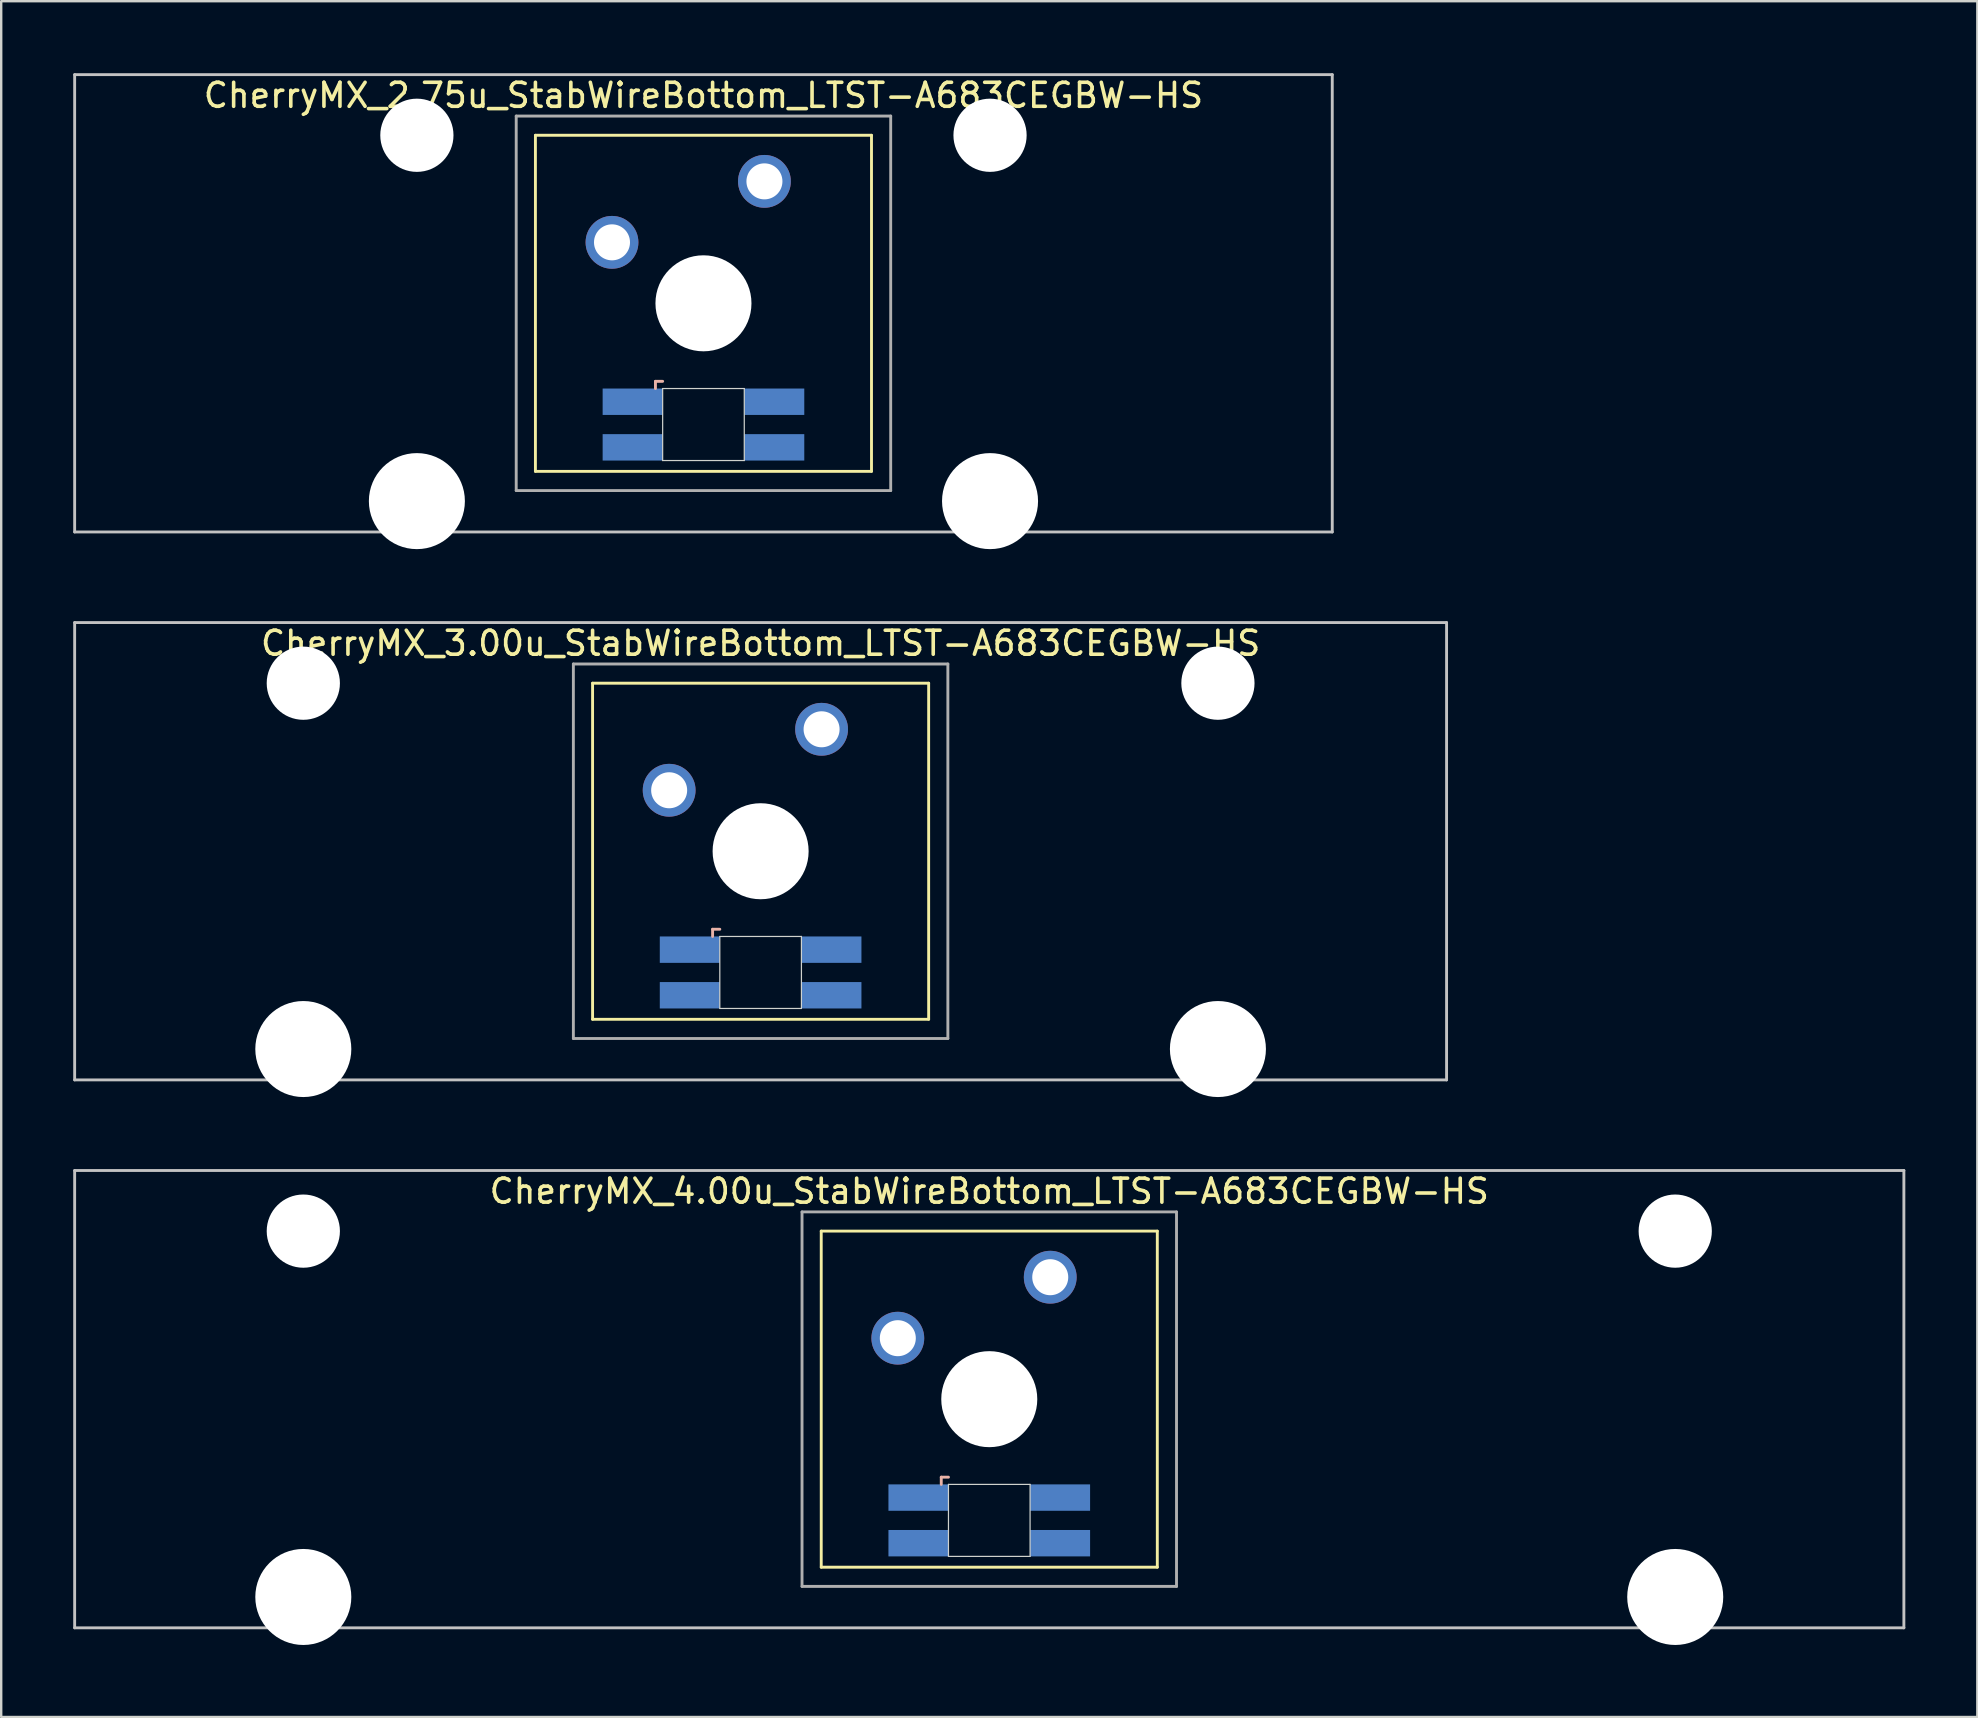
<source format=kicad_pcb>
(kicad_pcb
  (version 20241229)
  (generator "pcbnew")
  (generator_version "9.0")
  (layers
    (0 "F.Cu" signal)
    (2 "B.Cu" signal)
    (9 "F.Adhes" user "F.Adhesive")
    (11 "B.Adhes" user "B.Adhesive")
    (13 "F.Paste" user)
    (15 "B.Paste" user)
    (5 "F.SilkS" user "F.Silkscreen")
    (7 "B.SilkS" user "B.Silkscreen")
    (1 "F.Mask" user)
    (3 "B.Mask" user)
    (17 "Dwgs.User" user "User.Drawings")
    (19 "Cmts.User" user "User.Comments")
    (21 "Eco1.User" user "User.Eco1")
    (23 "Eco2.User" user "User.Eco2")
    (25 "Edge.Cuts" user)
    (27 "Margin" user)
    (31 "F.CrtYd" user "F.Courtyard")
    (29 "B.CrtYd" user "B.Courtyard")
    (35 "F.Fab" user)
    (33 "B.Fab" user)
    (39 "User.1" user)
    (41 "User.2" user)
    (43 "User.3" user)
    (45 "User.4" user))
  (footprint "CherryMX_3.00u_StabWireBottom_LTST-A683CEGBW-HS"
    (layer "F.Cu")
    (at 28.635 32.41)
    (property "Reference" "CherryMX_3.00u_StabWireBottom_LTST-A683CEGBW-HS" (at 0 -8.662 0) (layer "F.SilkS") (effects (font (size 1 1) (thickness 0.15))))
    (attr through_hole)
    (fp_line (start -7 -7) (end -7 7) (stroke (width 0.12) (type solid)) (layer "F.SilkS"))
    (fp_line (start -7 -7) (end 7 -7) (stroke (width 0.12) (type solid)) (layer "F.SilkS"))
    (fp_line (start 7 -7) (end 7 7) (stroke (width 0.12) (type solid)) (layer "F.SilkS"))
    (fp_line (start 7 7) (end -7 7) (stroke (width 0.12) (type solid)) (layer "F.SilkS"))
    (fp_line (start -2 3.25) (end -2 3.55) (stroke (width 0.12) (type solid)) (layer "B.SilkS"))
    (fp_line (start -1.7 3.25) (end -2 3.25) (stroke (width 0.12) (type solid)) (layer "B.SilkS"))
    (fp_line (start -28.575 -9.525) (end 28.575 -9.525) (stroke (width 0.12) (type solid)) (layer "Dwgs.User"))
    (fp_line (start -28.575 9.525) (end -28.575 -9.525) (stroke (width 0.12) (type solid)) (layer "Dwgs.User"))
    (fp_line (start 28.575 -9.525) (end 28.575 9.525) (stroke (width 0.12) (type solid)) (layer "Dwgs.User"))
    (fp_line (start 28.575 9.525) (end -28.575 9.525) (stroke (width 0.12) (type solid)) (layer "Dwgs.User"))
    (fp_line (start -1.7 3.55) (end 1.7 3.55) (stroke (width 0.05) (type solid)) (layer "Edge.Cuts"))
    (fp_line (start -1.7 6.55) (end -1.7 3.55) (stroke (width 0.05) (type solid)) (layer "Edge.Cuts"))
    (fp_line (start 1.7 3.55) (end 1.7 6.55) (stroke (width 0.05) (type solid)) (layer "Edge.Cuts"))
    (fp_line (start 1.7 6.55) (end -1.7 6.55) (stroke (width 0.05) (type solid)) (layer "Edge.Cuts"))
    (fp_line (start -7.8 -7.8) (end -7.8 7.8) (stroke (width 0.12) (type solid)) (layer "F.Fab"))
    (fp_line (start -7.8 -7.8) (end 7.8 -7.8) (stroke (width 0.12) (type solid)) (layer "F.Fab"))
    (fp_line (start -7.8 7.8) (end 7.8 7.8) (stroke (width 0.12) (type solid)) (layer "F.Fab"))
    (fp_line (start 7.8 -7.8) (end 7.8 7.8) (stroke (width 0.12) (type solid)) (layer "F.Fab"))
    (pad "" np_thru_hole circle (at -19.05 -7) (size 3.05 3.05) (drill 3.05) (layers "*.Cu" "*.Mask"))
    (pad "" np_thru_hole circle (at -19.05 8.24) (size 4 4) (drill 4) (layers "*.Cu" "*.Mask"))
    (pad "" np_thru_hole circle (at 0 0) (size 4 4) (drill 4) (layers "*.Cu" "*.Mask"))
    (pad "" np_thru_hole circle (at 19.05 -7) (size 3.05 3.05) (drill 3.05) (layers "*.Cu" "*.Mask"))
    (pad "" np_thru_hole circle (at 19.05 8.24) (size 4 4) (drill 4) (layers "*.Cu" "*.Mask"))
    (pad "1" thru_hole circle (at -3.81 -2.54) (size 2.2 2.2) (drill 1.5) (layers "*.Cu" "*.Mask"))
    (pad "2" thru_hole circle (at 2.54 -5.08) (size 2.2 2.2) (drill 1.5) (layers "*.Cu" "*.Mask"))
    (pad "3" smd rect (at -2.95 4.1) (size 2.5 1.1) (layers "B.Cu" "B.Mask" "B.Paste"))
    (pad "4" smd rect (at -2.95 6) (size 2.5 1.1) (layers "B.Cu" "B.Mask" "B.Paste"))
    (pad "5" smd rect (at 2.95 4.1) (size 2.5 1.1) (layers "B.Cu" "B.Mask" "B.Paste"))
    (pad "6" smd rect (at 2.95 6) (size 2.5 1.1) (layers "B.Cu" "B.Mask" "B.Paste")))
  (footprint "CherryMX_4.00u_StabWireBottom_LTST-A683CEGBW-HS"
    (layer "F.Cu")
    (at 38.16 55.235)
    (property "Reference" "CherryMX_4.00u_StabWireBottom_LTST-A683CEGBW-HS" (at 0 -8.662 0) (layer "F.SilkS") (effects (font (size 1 1) (thickness 0.15))))
    (attr through_hole)
    (fp_line (start -7 -7) (end -7 7) (stroke (width 0.12) (type solid)) (layer "F.SilkS"))
    (fp_line (start -7 -7) (end 7 -7) (stroke (width 0.12) (type solid)) (layer "F.SilkS"))
    (fp_line (start 7 -7) (end 7 7) (stroke (width 0.12) (type solid)) (layer "F.SilkS"))
    (fp_line (start 7 7) (end -7 7) (stroke (width 0.12) (type solid)) (layer "F.SilkS"))
    (fp_line (start -2 3.25) (end -2 3.55) (stroke (width 0.12) (type solid)) (layer "B.SilkS"))
    (fp_line (start -1.7 3.25) (end -2 3.25) (stroke (width 0.12) (type solid)) (layer "B.SilkS"))
    (fp_line (start -38.1 -9.525) (end 38.1 -9.525) (stroke (width 0.12) (type solid)) (layer "Dwgs.User"))
    (fp_line (start -38.1 9.525) (end -38.1 -9.525) (stroke (width 0.12) (type solid)) (layer "Dwgs.User"))
    (fp_line (start 38.1 -9.525) (end 38.1 9.525) (stroke (width 0.12) (type solid)) (layer "Dwgs.User"))
    (fp_line (start 38.1 9.525) (end -38.1 9.525) (stroke (width 0.12) (type solid)) (layer "Dwgs.User"))
    (fp_line (start -1.7 3.55) (end 1.7 3.55) (stroke (width 0.05) (type solid)) (layer "Edge.Cuts"))
    (fp_line (start -1.7 6.55) (end -1.7 3.55) (stroke (width 0.05) (type solid)) (layer "Edge.Cuts"))
    (fp_line (start 1.7 3.55) (end 1.7 6.55) (stroke (width 0.05) (type solid)) (layer "Edge.Cuts"))
    (fp_line (start 1.7 6.55) (end -1.7 6.55) (stroke (width 0.05) (type solid)) (layer "Edge.Cuts"))
    (fp_line (start -7.8 -7.8) (end -7.8 7.8) (stroke (width 0.12) (type solid)) (layer "F.Fab"))
    (fp_line (start -7.8 -7.8) (end 7.8 -7.8) (stroke (width 0.12) (type solid)) (layer "F.Fab"))
    (fp_line (start -7.8 7.8) (end 7.8 7.8) (stroke (width 0.12) (type solid)) (layer "F.Fab"))
    (fp_line (start 7.8 -7.8) (end 7.8 7.8) (stroke (width 0.12) (type solid)) (layer "F.Fab"))
    (pad "" np_thru_hole circle (at -28.575 -7) (size 3.05 3.05) (drill 3.05) (layers "*.Cu" "*.Mask"))
    (pad "" np_thru_hole circle (at -28.575 8.24) (size 4 4) (drill 4) (layers "*.Cu" "*.Mask"))
    (pad "" np_thru_hole circle (at 0 0) (size 4 4) (drill 4) (layers "*.Cu" "*.Mask"))
    (pad "" np_thru_hole circle (at 28.575 -7) (size 3.05 3.05) (drill 3.05) (layers "*.Cu" "*.Mask"))
    (pad "" np_thru_hole circle (at 28.575 8.24) (size 4 4) (drill 4) (layers "*.Cu" "*.Mask"))
    (pad "1" thru_hole circle (at -3.81 -2.54) (size 2.2 2.2) (drill 1.5) (layers "*.Cu" "*.Mask"))
    (pad "2" thru_hole circle (at 2.54 -5.08) (size 2.2 2.2) (drill 1.5) (layers "*.Cu" "*.Mask"))
    (pad "3" smd rect (at -2.95 4.1) (size 2.5 1.1) (layers "B.Cu" "B.Mask" "B.Paste"))
    (pad "4" smd rect (at -2.95 6) (size 2.5 1.1) (layers "B.Cu" "B.Mask" "B.Paste"))
    (pad "5" smd rect (at 2.95 4.1) (size 2.5 1.1) (layers "B.Cu" "B.Mask" "B.Paste"))
    (pad "6" smd rect (at 2.95 6) (size 2.5 1.1) (layers "B.Cu" "B.Mask" "B.Paste")))
  (footprint "CherryMX_2.75u_StabWireBottom_LTST-A683CEGBW-HS"
    (layer "F.Cu")
    (at 26.254 9.585)
    (property "Reference" "CherryMX_2.75u_StabWireBottom_LTST-A683CEGBW-HS" (at 0 -8.662 0) (layer "F.SilkS") (effects (font (size 1 1) (thickness 0.15))))
    (attr through_hole)
    (fp_line (start -7 -7) (end -7 7) (stroke (width 0.12) (type solid)) (layer "F.SilkS"))
    (fp_line (start -7 -7) (end 7 -7) (stroke (width 0.12) (type solid)) (layer "F.SilkS"))
    (fp_line (start 7 -7) (end 7 7) (stroke (width 0.12) (type solid)) (layer "F.SilkS"))
    (fp_line (start 7 7) (end -7 7) (stroke (width 0.12) (type solid)) (layer "F.SilkS"))
    (fp_line (start -2 3.25) (end -2 3.55) (stroke (width 0.12) (type solid)) (layer "B.SilkS"))
    (fp_line (start -1.7 3.25) (end -2 3.25) (stroke (width 0.12) (type solid)) (layer "B.SilkS"))
    (fp_line (start -26.194 -9.525) (end 26.194 -9.525) (stroke (width 0.12) (type solid)) (layer "Dwgs.User"))
    (fp_line (start -26.194 9.525) (end -26.194 -9.525) (stroke (width 0.12) (type solid)) (layer "Dwgs.User"))
    (fp_line (start 26.194 -9.525) (end 26.194 9.525) (stroke (width 0.12) (type solid)) (layer "Dwgs.User"))
    (fp_line (start 26.194 9.525) (end -26.194 9.525) (stroke (width 0.12) (type solid)) (layer "Dwgs.User"))
    (fp_line (start -1.7 3.55) (end 1.7 3.55) (stroke (width 0.05) (type solid)) (layer "Edge.Cuts"))
    (fp_line (start -1.7 6.55) (end -1.7 3.55) (stroke (width 0.05) (type solid)) (layer "Edge.Cuts"))
    (fp_line (start 1.7 3.55) (end 1.7 6.55) (stroke (width 0.05) (type solid)) (layer "Edge.Cuts"))
    (fp_line (start 1.7 6.55) (end -1.7 6.55) (stroke (width 0.05) (type solid)) (layer "Edge.Cuts"))
    (fp_line (start -7.8 -7.8) (end -7.8 7.8) (stroke (width 0.12) (type solid)) (layer "F.Fab"))
    (fp_line (start -7.8 -7.8) (end 7.8 -7.8) (stroke (width 0.12) (type solid)) (layer "F.Fab"))
    (fp_line (start -7.8 7.8) (end 7.8 7.8) (stroke (width 0.12) (type solid)) (layer "F.Fab"))
    (fp_line (start 7.8 -7.8) (end 7.8 7.8) (stroke (width 0.12) (type solid)) (layer "F.Fab"))
    (pad "" np_thru_hole circle (at -11.938 -7) (size 3.05 3.05) (drill 3.05) (layers "*.Cu" "*.Mask"))
    (pad "" np_thru_hole circle (at -11.938 8.24) (size 4 4) (drill 4) (layers "*.Cu" "*.Mask"))
    (pad "" np_thru_hole circle (at 0 0) (size 4 4) (drill 4) (layers "*.Cu" "*.Mask"))
    (pad "" np_thru_hole circle (at 11.938 -7) (size 3.05 3.05) (drill 3.05) (layers "*.Cu" "*.Mask"))
    (pad "" np_thru_hole circle (at 11.938 8.24) (size 4 4) (drill 4) (layers "*.Cu" "*.Mask"))
    (pad "1" thru_hole circle (at -3.81 -2.54) (size 2.2 2.2) (drill 1.5) (layers "*.Cu" "*.Mask"))
    (pad "2" thru_hole circle (at 2.54 -5.08) (size 2.2 2.2) (drill 1.5) (layers "*.Cu" "*.Mask"))
    (pad "3" smd rect (at -2.95 4.1) (size 2.5 1.1) (layers "B.Cu" "B.Mask" "B.Paste"))
    (pad "4" smd rect (at -2.95 6) (size 2.5 1.1) (layers "B.Cu" "B.Mask" "B.Paste"))
    (pad "5" smd rect (at 2.95 4.1) (size 2.5 1.1) (layers "B.Cu" "B.Mask" "B.Paste"))
    (pad "6" smd rect (at 2.95 6) (size 2.5 1.1) (layers "B.Cu" "B.Mask" "B.Paste")))
  (gr_rect
    (start -3 -3)
    (end 79.32 68.475)
    (stroke (width 0.1) (type default))
    (fill no)
    (layer "Edge.Cuts")))
</source>
